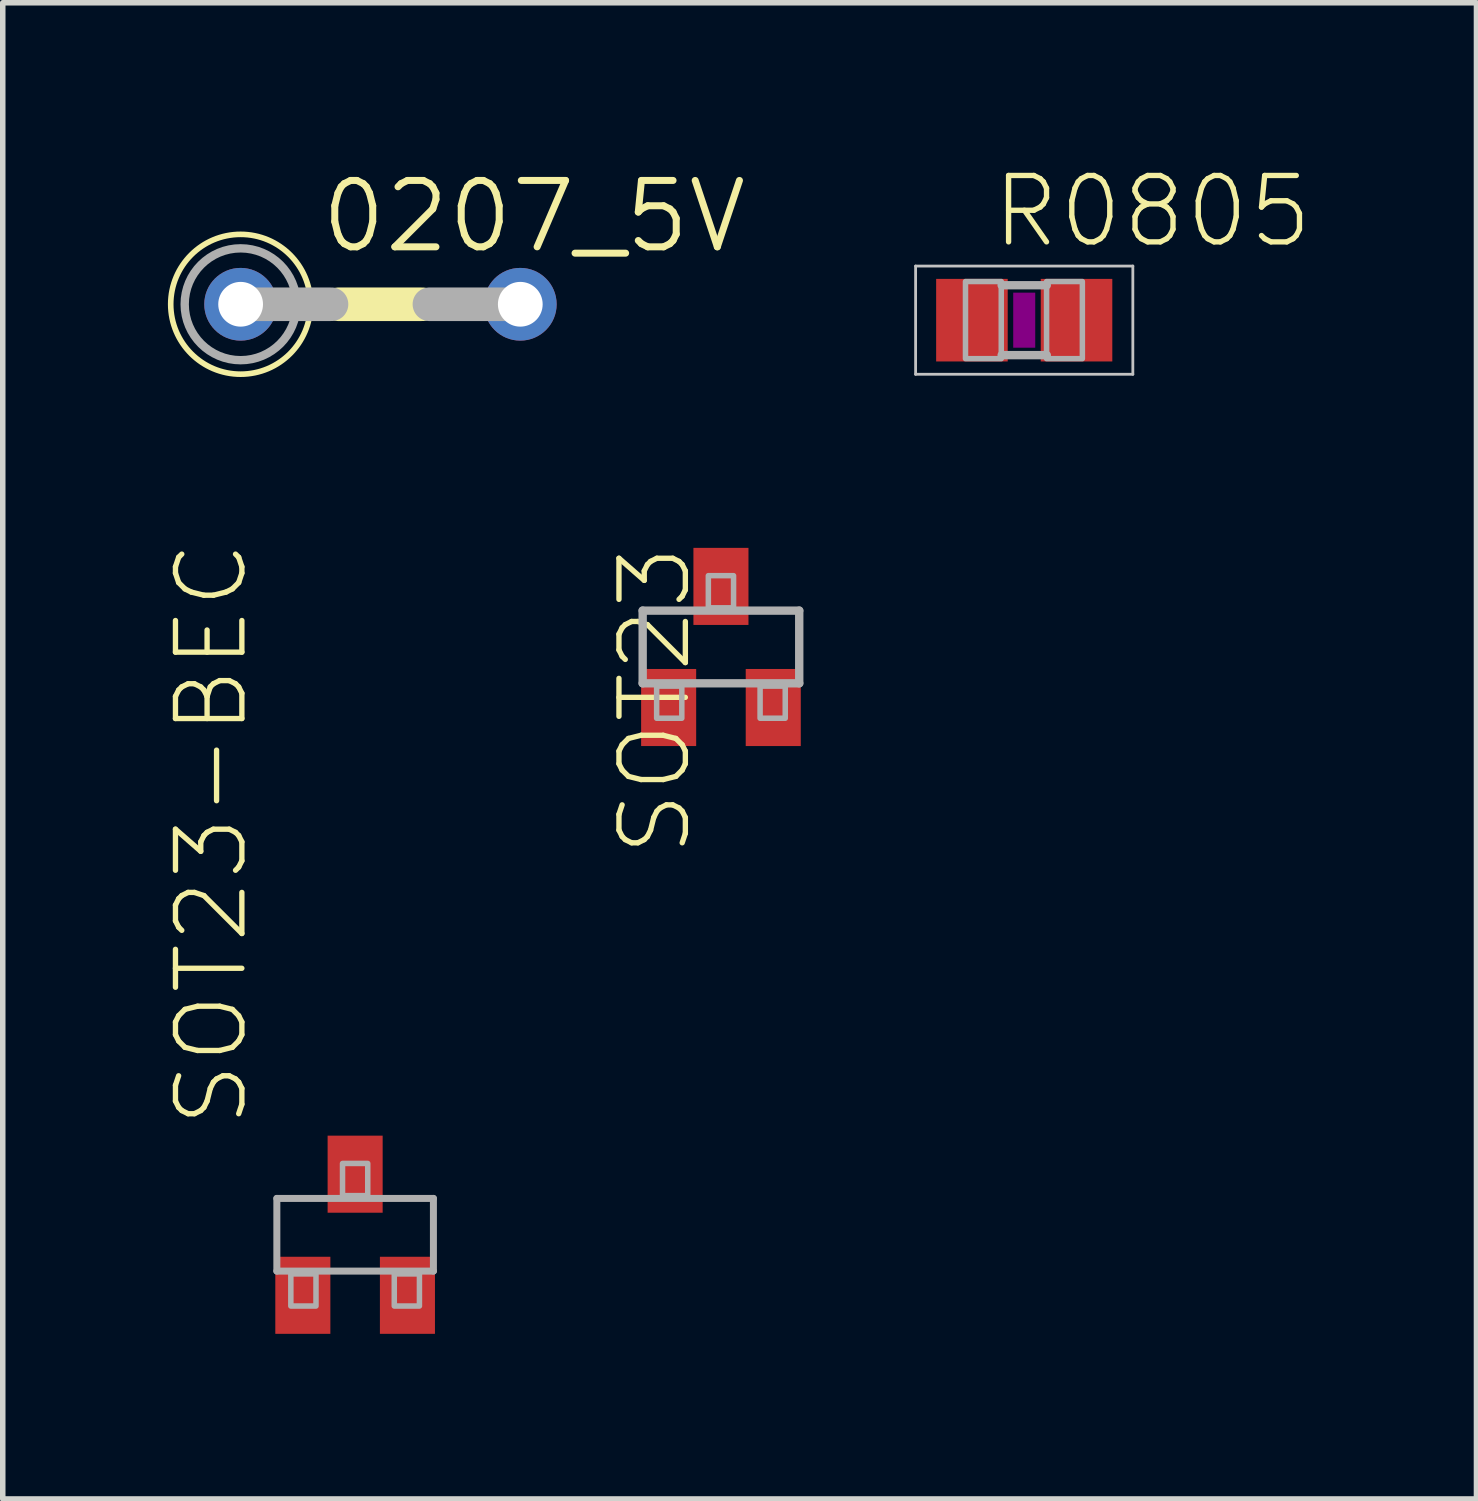
<source format=kicad_pcb>
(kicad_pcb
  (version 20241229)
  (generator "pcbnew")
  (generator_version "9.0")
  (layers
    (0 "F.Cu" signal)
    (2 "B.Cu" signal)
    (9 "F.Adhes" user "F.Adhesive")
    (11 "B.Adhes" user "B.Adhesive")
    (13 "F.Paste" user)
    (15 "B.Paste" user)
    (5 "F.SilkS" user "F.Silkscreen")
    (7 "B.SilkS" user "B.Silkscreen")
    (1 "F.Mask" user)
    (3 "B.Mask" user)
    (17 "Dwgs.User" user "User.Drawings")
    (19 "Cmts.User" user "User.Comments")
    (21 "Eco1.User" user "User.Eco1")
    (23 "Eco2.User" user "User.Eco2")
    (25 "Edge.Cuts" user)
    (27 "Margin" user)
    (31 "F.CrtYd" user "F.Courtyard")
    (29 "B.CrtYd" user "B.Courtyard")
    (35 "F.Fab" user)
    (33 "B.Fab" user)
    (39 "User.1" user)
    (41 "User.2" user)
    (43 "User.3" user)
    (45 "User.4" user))
  (footprint "0207_5V"
    (layer "F.Cu")
    (at 3.861 2.477)
    (property "Reference" "0207_5V" (at -1.143 -0.889 0) (layer "F.SilkS") (effects (font (size 1.206 1.206) (thickness 0.127)) (justify left bottom)))
    (attr through_hole)
    (fp_line (start -0.762 0) (end 0.762 0) (stroke (width 0.61) (type solid)) (layer "F.SilkS"))
    (fp_circle (center -2.54 0) (end -1.27 0) (stroke (width 0.102) (type solid)) (fill no) (layer "F.SilkS"))
    (fp_line (start -2.54 0) (end -0.889 0) (stroke (width 0.61) (type solid)) (layer "F.Fab"))
    (fp_line (start 0.889 0) (end 2.54 0) (stroke (width 0.61) (type solid)) (layer "F.Fab"))
    (fp_circle (center -2.54 0) (end -1.524 0) (stroke (width 0.152) (type solid)) (fill no) (layer "F.Fab"))
    (pad "1" thru_hole circle (at -2.54 0) (size 1.321 1.321) (drill 0.813) (layers "*.Cu" "*.Mask"))
    (pad "2" thru_hole circle (at 2.54 0) (size 1.321 1.321) (drill 0.813) (layers "*.Cu" "*.Mask")))
  (footprint "SOT23-BEC"
    (layer "F.Cu")
    (at 3.401 19.379)
    (property "Reference" "SOT23-BEC" (at -1.905 -1.905 270) (layer "F.SilkS") (effects (font (size 1.206 1.206) (thickness 0.097)) (justify left bottom)))
    (attr through_hole)
    (fp_line (start -1.422 -0.66) (end 1.422 -0.66) (stroke (width 0.127) (type solid)) (layer "F.Fab"))
    (fp_line (start -1.422 0.66) (end -1.422 -0.66) (stroke (width 0.127) (type solid)) (layer "F.Fab"))
    (fp_line (start 1.422 -0.66) (end 1.422 0.66) (stroke (width 0.127) (type solid)) (layer "F.Fab"))
    (fp_line (start 1.422 0.66) (end -1.422 0.66) (stroke (width 0.127) (type solid)) (layer "F.Fab"))
    (fp_poly (pts (xy -1.168 1.295) (xy -0.711 1.295) (xy -0.711 0.711) (xy -1.168 0.711)) (stroke (width 0.1) (type solid)) (fill no) (layer "F.Fab"))
    (fp_poly (pts (xy -0.229 -0.711) (xy 0.229 -0.711) (xy 0.229 -1.295) (xy -0.229 -1.295)) (stroke (width 0.1) (type solid)) (fill no) (layer "F.Fab"))
    (fp_poly (pts (xy 0.711 1.295) (xy 1.168 1.295) (xy 1.168 0.711) (xy 0.711 0.711)) (stroke (width 0.1) (type solid)) (fill no) (layer "F.Fab"))
    (pad "B" smd rect (at -0.95 1.1) (size 1 1.4) (layers "F.Cu" "F.Mask" "F.Paste"))
    (pad "C" smd rect (at 0 -1.1) (size 1 1.4) (layers "F.Cu" "F.Mask" "F.Paste"))
    (pad "E" smd rect (at 0.95 1.1) (size 1 1.4) (layers "F.Cu" "F.Mask" "F.Paste")))
  (footprint "SOT23"
    (layer "F.Cu")
    (at 10.046 8.702)
    (property "Reference" "SOT23" (at -1.905 -1.905 270) (layer "F.SilkS") (effects (font (size 1.206 1.206) (thickness 0.097)) (justify right top)))
    (attr through_hole)
    (fp_line (start -1.422 -0.66) (end 1.422 -0.66) (stroke (width 0.152) (type solid)) (layer "F.Fab"))
    (fp_line (start -1.422 0.66) (end -1.422 -0.66) (stroke (width 0.152) (type solid)) (layer "F.Fab"))
    (fp_line (start 1.422 -0.66) (end 1.422 0.66) (stroke (width 0.152) (type solid)) (layer "F.Fab"))
    (fp_line (start 1.422 0.66) (end -1.422 0.66) (stroke (width 0.152) (type solid)) (layer "F.Fab"))
    (fp_poly (pts (xy -1.168 1.295) (xy -0.711 1.295) (xy -0.711 0.711) (xy -1.168 0.711)) (stroke (width 0.1) (type solid)) (fill no) (layer "F.Fab"))
    (fp_poly (pts (xy -0.229 -0.711) (xy 0.229 -0.711) (xy 0.229 -1.295) (xy -0.229 -1.295)) (stroke (width 0.1) (type solid)) (fill no) (layer "F.Fab"))
    (fp_poly (pts (xy 0.711 1.295) (xy 1.168 1.295) (xy 1.168 0.711) (xy 0.711 0.711)) (stroke (width 0.1) (type solid)) (fill no) (layer "F.Fab"))
    (pad "1" smd rect (at -0.95 1.1) (size 1 1.4) (layers "F.Cu" "F.Mask" "F.Paste"))
    (pad "2" smd rect (at 0.95 1.1) (size 1 1.4) (layers "F.Cu" "F.Mask" "F.Paste"))
    (pad "3" smd rect (at 0 -1.1) (size 1 1.4) (layers "F.Cu" "F.Mask" "F.Paste")))
  (footprint "R0805"
    (layer "F.Cu")
    (at 15.555 2.766)
    (property "Reference" "R0805" (at -0.635 -1.27 0) (layer "F.SilkS") (effects (font (size 1.206 1.206) (thickness 0.097)) (justify left bottom)))
    (attr through_hole)
    (fp_poly (pts (xy -0.2 0.5) (xy 0.2 0.5) (xy 0.2 -0.5) (xy -0.2 -0.5)) (stroke (width 0) (type solid)) (fill yes) (layer "F.Adhes"))
    (fp_line (start -1.973 -0.983) (end 1.973 -0.983) (stroke (width 0.051) (type solid)) (layer "Dwgs.User"))
    (fp_line (start -1.973 0.983) (end -1.973 -0.983) (stroke (width 0.051) (type solid)) (layer "Dwgs.User"))
    (fp_line (start 1.973 -0.983) (end 1.973 0.983) (stroke (width 0.051) (type solid)) (layer "Dwgs.User"))
    (fp_line (start 1.973 0.983) (end -1.973 0.983) (stroke (width 0.051) (type solid)) (layer "Dwgs.User"))
    (fp_line (start -0.41 -0.635) (end 0.41 -0.635) (stroke (width 0.152) (type solid)) (layer "F.Fab"))
    (fp_line (start -0.41 0.635) (end 0.41 0.635) (stroke (width 0.152) (type solid)) (layer "F.Fab"))
    (fp_poly (pts (xy -1.067 0.699) (xy -0.417 0.699) (xy -0.417 -0.702) (xy -1.067 -0.702)) (stroke (width 0.1) (type solid)) (fill no) (layer "F.Fab"))
    (fp_poly (pts (xy 0.406 0.699) (xy 1.056 0.699) (xy 1.056 -0.702) (xy 0.406 -0.702)) (stroke (width 0.1) (type solid)) (fill no) (layer "F.Fab"))
    (pad "1" smd rect (at -0.95 0) (size 1.3 1.5) (layers "F.Cu" "F.Mask" "F.Paste"))
    (pad "2" smd rect (at 0.95 0) (size 1.3 1.5) (layers "F.Cu" "F.Mask" "F.Paste")))
  (gr_rect
    (start -3 -3)
    (end 23.77 24.179)
    (stroke (width 0.1) (type default))
    (fill no)
    (layer "Edge.Cuts")))
</source>
